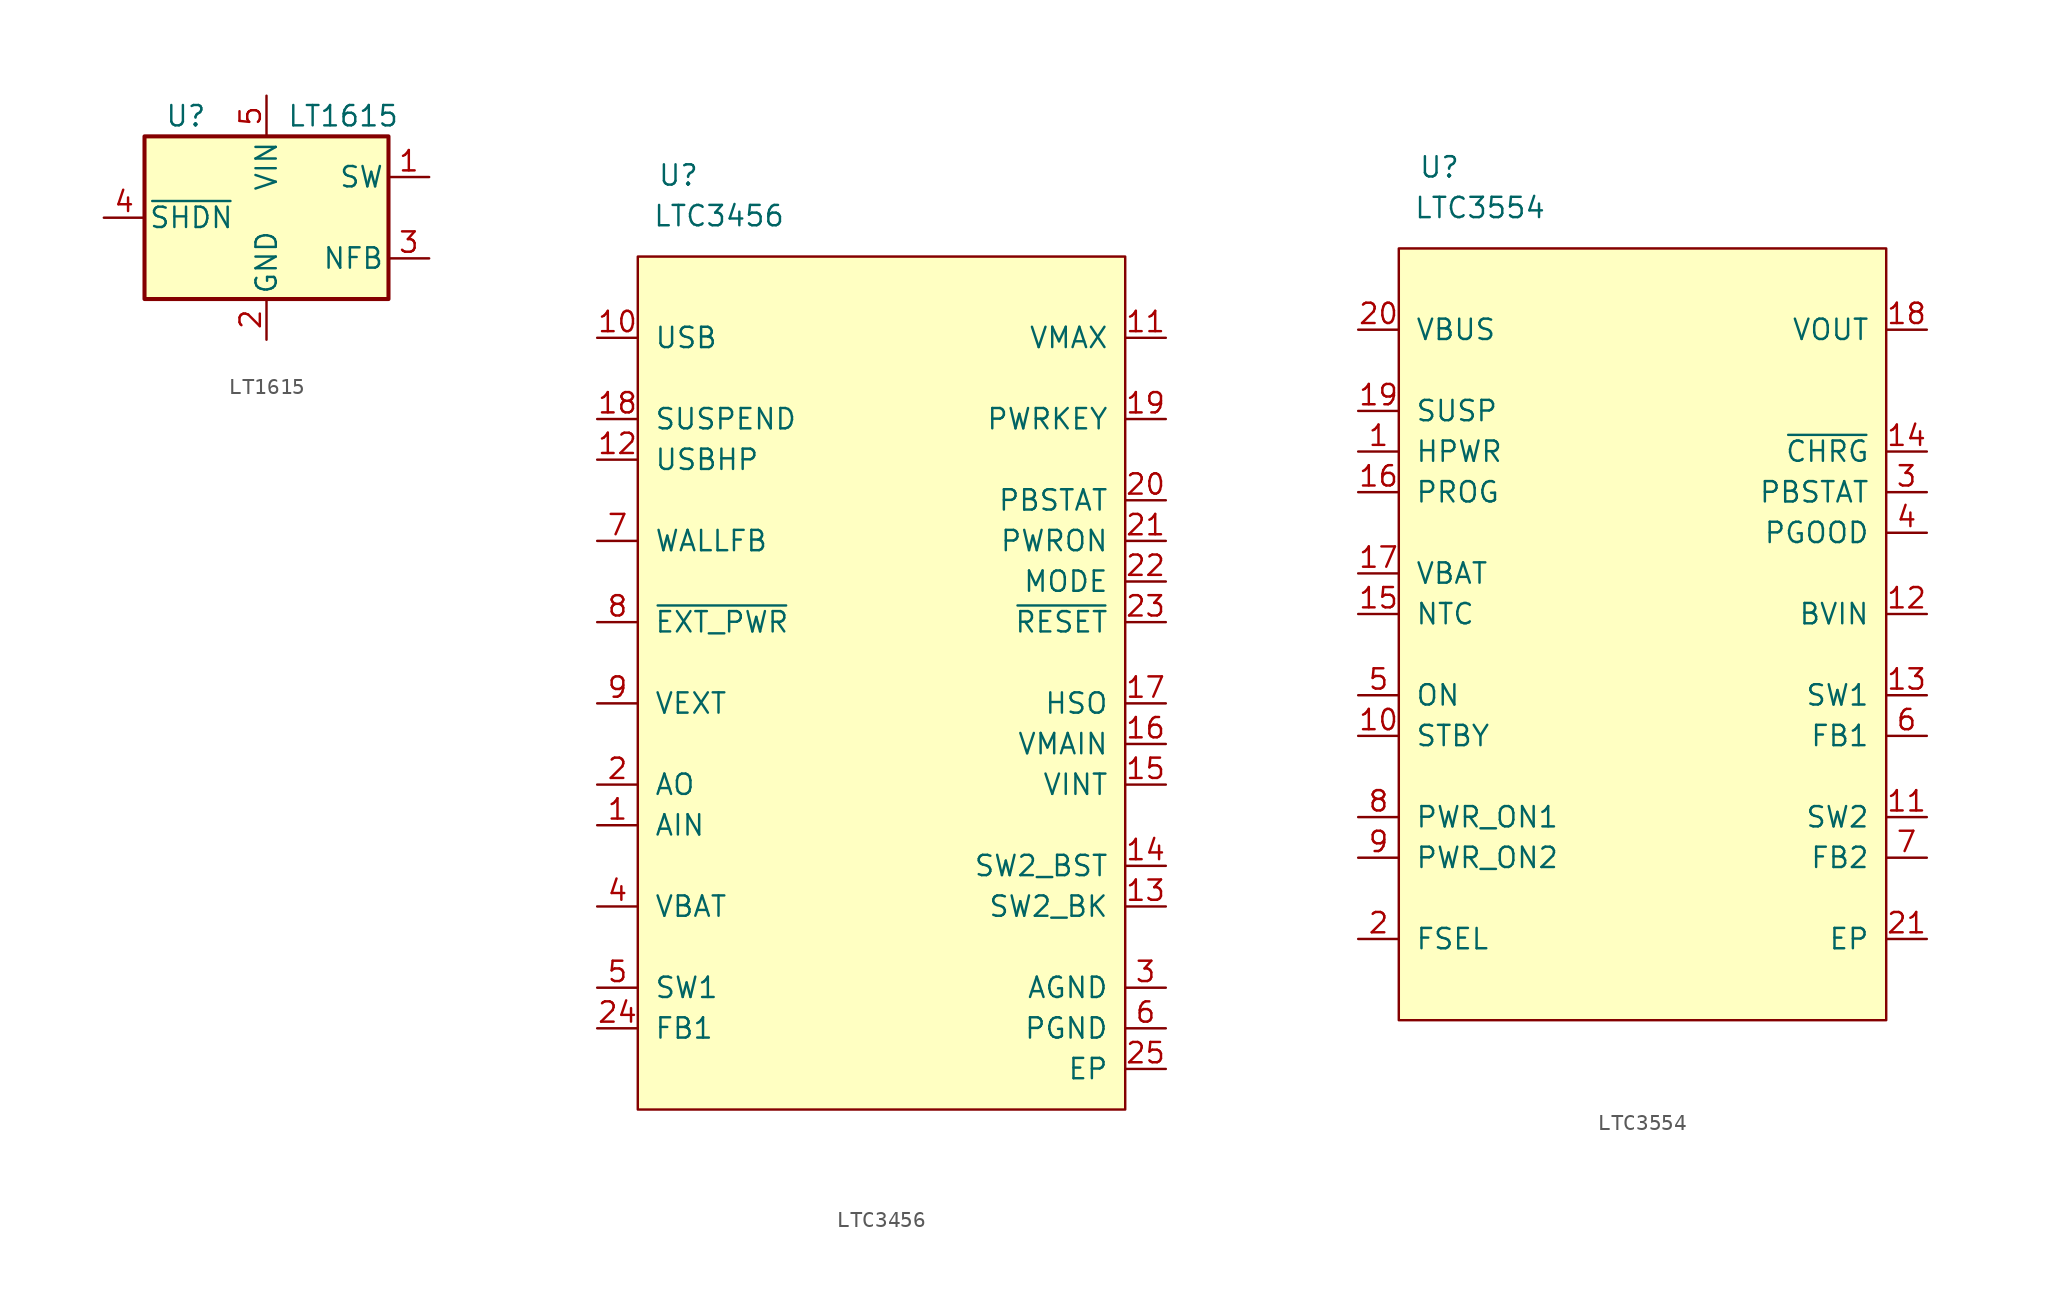
<source format=kicad_sym>
(kicad_symbol_lib
  (version 20201005)
  (generator kicad_symbol_editor)
  (symbol "symbols:LT1615"
    (pin_names
      (offset 0.254))
    (property "Reference" "U"
      (at -6.35 6.35 0)
      (effects (font (size 1.27 1.27)) (justify left)))
    (property "Value" "LT1615"
      (at 1.27 6.35 0)
      (effects (font (size 1.27 1.27)) (justify left)))
    (symbol "LT1615_0_1"
      (rectangle (start -7.62 5.08) (end 7.62 -5.08) (stroke (width 0.254)) (fill (type background))))
    (symbol "LT1615_1_1"
      (pin output line (at 10.16 2.54 180) (length 2.54) (name "SW" (effects (font (size 1.27 1.27)))) (number "1" (effects (font (size 1.27 1.27)))))
      (pin power_in line (at 0 -7.62 90) (length 2.54) (name "GND" (effects (font (size 1.27 1.27)))) (number "2" (effects (font (size 1.27 1.27)))))
      (pin input line (at 10.16 -2.54 180) (length 2.54) (name "NFB" (effects (font (size 1.27 1.27)))) (number "3" (effects (font (size 1.27 1.27)))))
      (pin input line (at -10.16 0 0) (length 2.54) (name "~SHDN" (effects (font (size 1.27 1.27)))) (number "4" (effects (font (size 1.27 1.27)))))
      (pin power_in line (at 0 7.62 270) (length 2.54) (name "VIN" (effects (font (size 1.27 1.27)))) (number "5" (effects (font (size 1.27 1.27)))))))
  (symbol "symbols:LTC3456"
    (pin_names
      (offset 1.016))
    (property "Reference" "U"
      (at -12.7 27.94 0)
      (effects (font (size 1.27 1.27))))
    (property "Value" "LTC3456"
      (at -10.16 25.4 0)
      (effects (font (size 1.27 1.27))))
    (symbol "LTC3456_0_1"
      (rectangle (start -15.24 22.86) (end 15.24 -30.48) (stroke (width 0)) (fill (type background))))
    (symbol "LTC3456_1_1"
      (pin input line (at -17.78 -12.7 0) (length 2.54) (name "AIN" (effects (font (size 1.27 1.27)))) (number "1" (effects (font (size 1.27 1.27)))))
      (pin power_in line (at -17.78 17.78 0) (length 2.54) (name "USB" (effects (font (size 1.27 1.27)))) (number "10" (effects (font (size 1.27 1.27)))))
      (pin output line (at 17.78 17.78 180) (length 2.54) (name "VMAX" (effects (font (size 1.27 1.27)))) (number "11" (effects (font (size 1.27 1.27)))))
      (pin input line (at -17.78 10.16 0) (length 2.54) (name "USBHP" (effects (font (size 1.27 1.27)))) (number "12" (effects (font (size 1.27 1.27)))))
      (pin power_in line (at 17.78 -17.78 180) (length 2.54) (name "SW2_BK" (effects (font (size 1.27 1.27)))) (number "13" (effects (font (size 1.27 1.27)))))
      (pin power_in line (at 17.78 -15.24 180) (length 2.54) (name "SW2_BST" (effects (font (size 1.27 1.27)))) (number "14" (effects (font (size 1.27 1.27)))))
      (pin power_out line (at 17.78 -10.16 180) (length 2.54) (name "VINT" (effects (font (size 1.27 1.27)))) (number "15" (effects (font (size 1.27 1.27)))))
      (pin power_out line (at 17.78 -7.62 180) (length 2.54) (name "VMAIN" (effects (font (size 1.27 1.27)))) (number "16" (effects (font (size 1.27 1.27)))))
      (pin power_out line (at 17.78 -5.08 180) (length 2.54) (name "HSO" (effects (font (size 1.27 1.27)))) (number "17" (effects (font (size 1.27 1.27)))))
      (pin input line (at -17.78 12.7 0) (length 2.54) (name "SUSPEND" (effects (font (size 1.27 1.27)))) (number "18" (effects (font (size 1.27 1.27)))))
      (pin input line (at 17.78 12.7 180) (length 2.54) (name "PWRKEY" (effects (font (size 1.27 1.27)))) (number "19" (effects (font (size 1.27 1.27)))))
      (pin output line (at -17.78 -10.16 0) (length 2.54) (name "AO" (effects (font (size 1.27 1.27)))) (number "2" (effects (font (size 1.27 1.27)))))
      (pin output line (at 17.78 7.62 180) (length 2.54) (name "PBSTAT" (effects (font (size 1.27 1.27)))) (number "20" (effects (font (size 1.27 1.27)))))
      (pin input line (at 17.78 5.08 180) (length 2.54) (name "PWRON" (effects (font (size 1.27 1.27)))) (number "21" (effects (font (size 1.27 1.27)))))
      (pin input line (at 17.78 2.54 180) (length 2.54) (name "MODE" (effects (font (size 1.27 1.27)))) (number "22" (effects (font (size 1.27 1.27)))))
      (pin input line (at 17.78 0 180) (length 2.54) (name "~RESET" (effects (font (size 1.27 1.27)))) (number "23" (effects (font (size 1.27 1.27)))))
      (pin input line (at -17.78 -25.4 0) (length 2.54) (name "FB1" (effects (font (size 1.27 1.27)))) (number "24" (effects (font (size 1.27 1.27)))))
      (pin power_in line (at 17.78 -27.94 180) (length 2.54) (name "EP" (effects (font (size 1.27 1.27)))) (number "25" (effects (font (size 1.27 1.27)))))
      (pin power_in line (at 17.78 -22.86 180) (length 2.54) (name "AGND" (effects (font (size 1.27 1.27)))) (number "3" (effects (font (size 1.27 1.27)))))
      (pin power_in line (at -17.78 -17.78 0) (length 2.54) (name "VBAT" (effects (font (size 1.27 1.27)))) (number "4" (effects (font (size 1.27 1.27)))))
      (pin power_out line (at -17.78 -22.86 0) (length 2.54) (name "SW1" (effects (font (size 1.27 1.27)))) (number "5" (effects (font (size 1.27 1.27)))))
      (pin power_in line (at 17.78 -25.4 180) (length 2.54) (name "PGND" (effects (font (size 1.27 1.27)))) (number "6" (effects (font (size 1.27 1.27)))))
      (pin input line (at -17.78 5.08 0) (length 2.54) (name "WALLFB" (effects (font (size 1.27 1.27)))) (number "7" (effects (font (size 1.27 1.27)))))
      (pin input line (at -17.78 0 0) (length 2.54) (name "~EXT_PWR" (effects (font (size 1.27 1.27)))) (number "8" (effects (font (size 1.27 1.27)))))
      (pin power_in line (at -17.78 -5.08 0) (length 2.54) (name "VEXT" (effects (font (size 1.27 1.27)))) (number "9" (effects (font (size 1.27 1.27)))))))
  (symbol "symbols:LTC3554"
    (pin_names
      (offset 1.016))
    (property "Reference" "U"
      (at -12.7 27.94 0)
      (effects (font (size 1.27 1.27))))
    (property "Value" "LTC3554"
      (at -10.16 25.4 0)
      (effects (font (size 1.27 1.27))))
    (symbol "LTC3554_0_1"
      (rectangle (start -15.24 22.86) (end 15.24 -25.4) (stroke (width 0)) (fill (type background))))
    (symbol "LTC3554_1_1"
      (pin input line (at -17.78 10.16 0) (length 2.54) (name "HPWR" (effects (font (size 1.27 1.27)))) (number "1" (effects (font (size 1.27 1.27)))))
      (pin input line (at -17.78 -7.62 0) (length 2.54) (name "STBY" (effects (font (size 1.27 1.27)))) (number "10" (effects (font (size 1.27 1.27)))))
      (pin power_in line (at 17.78 -12.7 180) (length 2.54) (name "SW2" (effects (font (size 1.27 1.27)))) (number "11" (effects (font (size 1.27 1.27)))))
      (pin power_in line (at 17.78 0 180) (length 2.54) (name "BVIN" (effects (font (size 1.27 1.27)))) (number "12" (effects (font (size 1.27 1.27)))))
      (pin power_out line (at 17.78 -5.08 180) (length 2.54) (name "SW1" (effects (font (size 1.27 1.27)))) (number "13" (effects (font (size 1.27 1.27)))))
      (pin output line (at 17.78 10.16 180) (length 2.54) (name "~CHRG" (effects (font (size 1.27 1.27)))) (number "14" (effects (font (size 1.27 1.27)))))
      (pin input line (at -17.78 0 0) (length 2.54) (name "NTC" (effects (font (size 1.27 1.27)))) (number "15" (effects (font (size 1.27 1.27)))))
      (pin input line (at -17.78 7.62 0) (length 2.54) (name "PROG" (effects (font (size 1.27 1.27)))) (number "16" (effects (font (size 1.27 1.27)))))
      (pin power_in line (at -17.78 2.54 0) (length 2.54) (name "VBAT" (effects (font (size 1.27 1.27)))) (number "17" (effects (font (size 1.27 1.27)))))
      (pin output line (at 17.78 17.78 180) (length 2.54) (name "VOUT" (effects (font (size 1.27 1.27)))) (number "18" (effects (font (size 1.27 1.27)))))
      (pin input line (at -17.78 12.7 0) (length 2.54) (name "SUSP" (effects (font (size 1.27 1.27)))) (number "19" (effects (font (size 1.27 1.27)))))
      (pin input line (at -17.78 -20.32 0) (length 2.54) (name "FSEL" (effects (font (size 1.27 1.27)))) (number "2" (effects (font (size 1.27 1.27)))))
      (pin power_in line (at -17.78 17.78 0) (length 2.54) (name "VBUS" (effects (font (size 1.27 1.27)))) (number "20" (effects (font (size 1.27 1.27)))))
      (pin power_in line (at 17.78 -20.32 180) (length 2.54) (name "EP" (effects (font (size 1.27 1.27)))) (number "21" (effects (font (size 1.27 1.27)))))
      (pin output line (at 17.78 7.62 180) (length 2.54) (name "PBSTAT" (effects (font (size 1.27 1.27)))) (number "3" (effects (font (size 1.27 1.27)))))
      (pin output line (at 17.78 5.08 180) (length 2.54) (name "PGOOD" (effects (font (size 1.27 1.27)))) (number "4" (effects (font (size 1.27 1.27)))))
      (pin input line (at -17.78 -5.08 0) (length 2.54) (name "ON" (effects (font (size 1.27 1.27)))) (number "5" (effects (font (size 1.27 1.27)))))
      (pin input line (at 17.78 -7.62 180) (length 2.54) (name "FB1" (effects (font (size 1.27 1.27)))) (number "6" (effects (font (size 1.27 1.27)))))
      (pin input line (at 17.78 -15.24 180) (length 2.54) (name "FB2" (effects (font (size 1.27 1.27)))) (number "7" (effects (font (size 1.27 1.27)))))
      (pin input line (at -17.78 -12.7 0) (length 2.54) (name "PWR_ON1" (effects (font (size 1.27 1.27)))) (number "8" (effects (font (size 1.27 1.27)))))
      (pin input line (at -17.78 -15.24 0) (length 2.54) (name "PWR_ON2" (effects (font (size 1.27 1.27)))) (number "9" (effects (font (size 1.27 1.27))))))))
</source>
